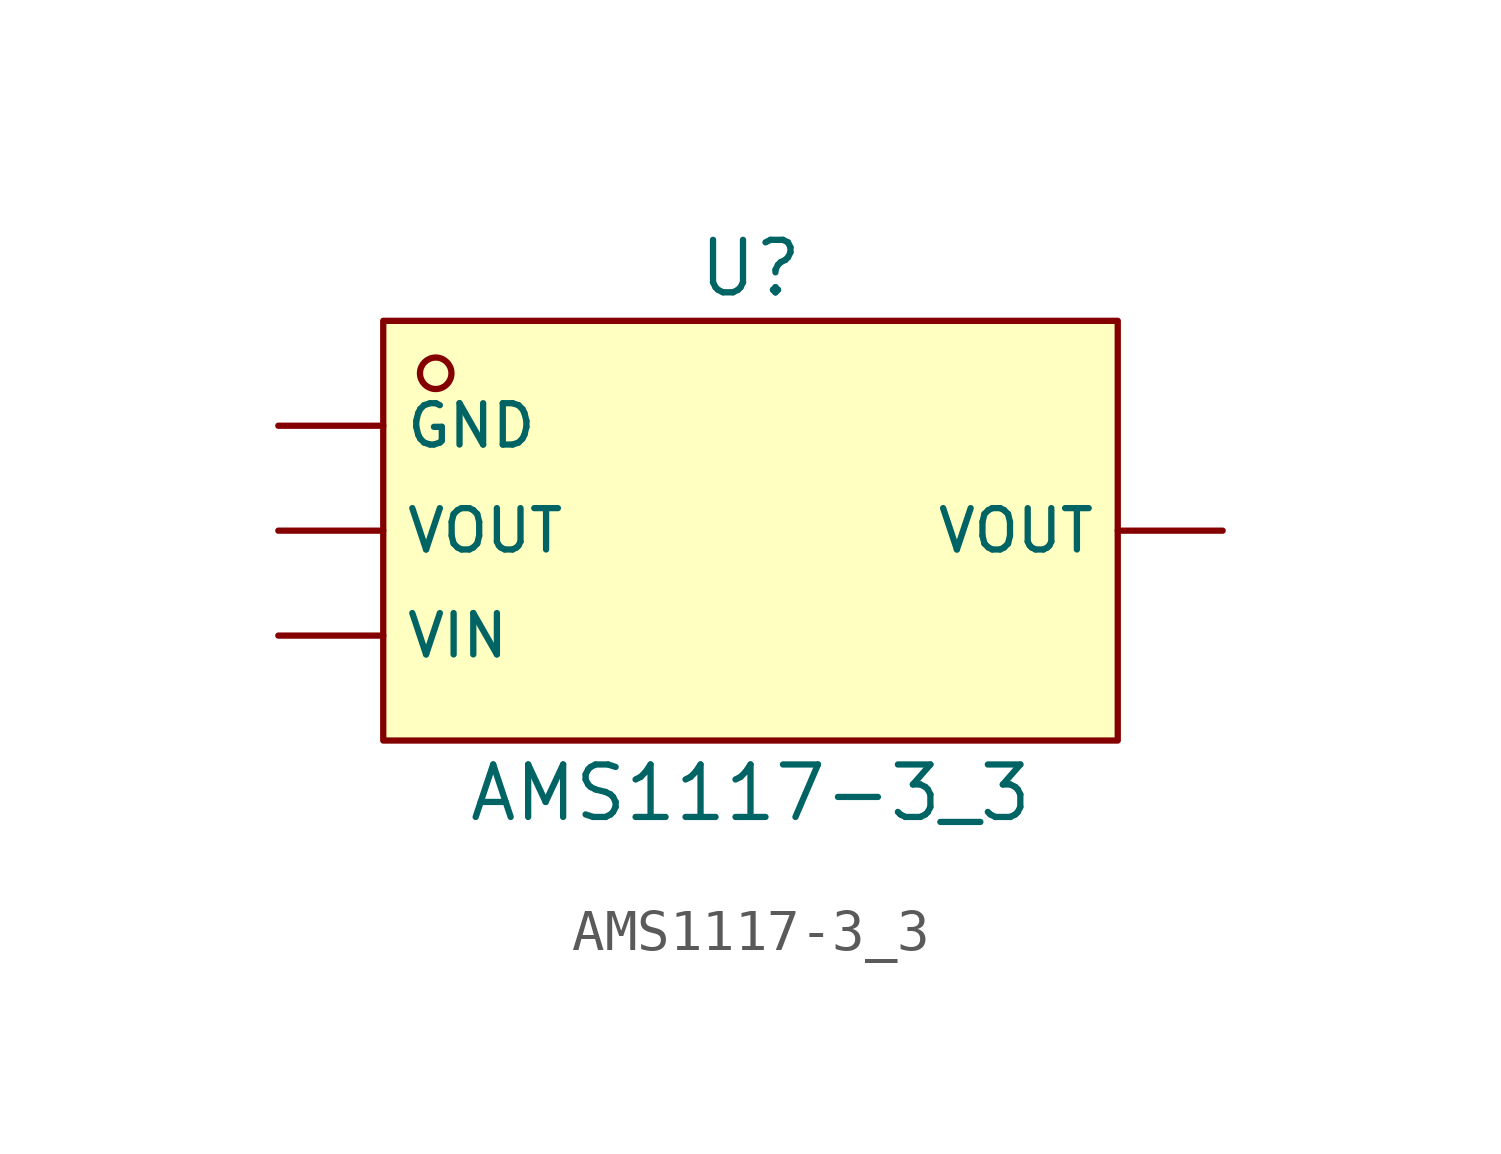
<source format=kicad_sym>
(kicad_symbol_lib
  (version 20220914)
  (generator kicad_symbol_editor)
  (symbol "AMS1117-3_3"
    (pin_numbers hide)
    (property "Reference" "U"
      (at 0 6.35 0)
      (effects (font (size 1.27 1.27))))
    (property "Value" "AMS1117-3_3"
      (at 0 -6.35 0)
      (effects (font (size 1.27 1.27))))
    (symbol "AMS1117-3_3_0_1"
      (rectangle (start -8.89 5.08) (end 8.89 -5.08) (stroke (width 0) (type default)) (fill (type background)))
      (circle (center -7.62 3.81) (radius 0.381) (stroke (width 0) (type default)) (fill (type background)))
      (pin unspecified line (at -11.43 2.54 0) (length 2.54) (name "GND" (effects (font (size 1 1)))) (number "1" (effects (font (size 1 1)))))
      (pin unspecified line (at -11.43 0 0) (length 2.54) (name "VOUT" (effects (font (size 1 1)))) (number "2" (effects (font (size 1 1)))))
      (pin unspecified line (at -11.43 -2.54 0) (length 2.54) (name "VIN" (effects (font (size 1 1)))) (number "3" (effects (font (size 1 1)))))
      (pin unspecified line (at 11.43 0 180) (length 2.54) (name "VOUT" (effects (font (size 1 1)))) (number "4" (effects (font (size 1 1))))))))
</source>
